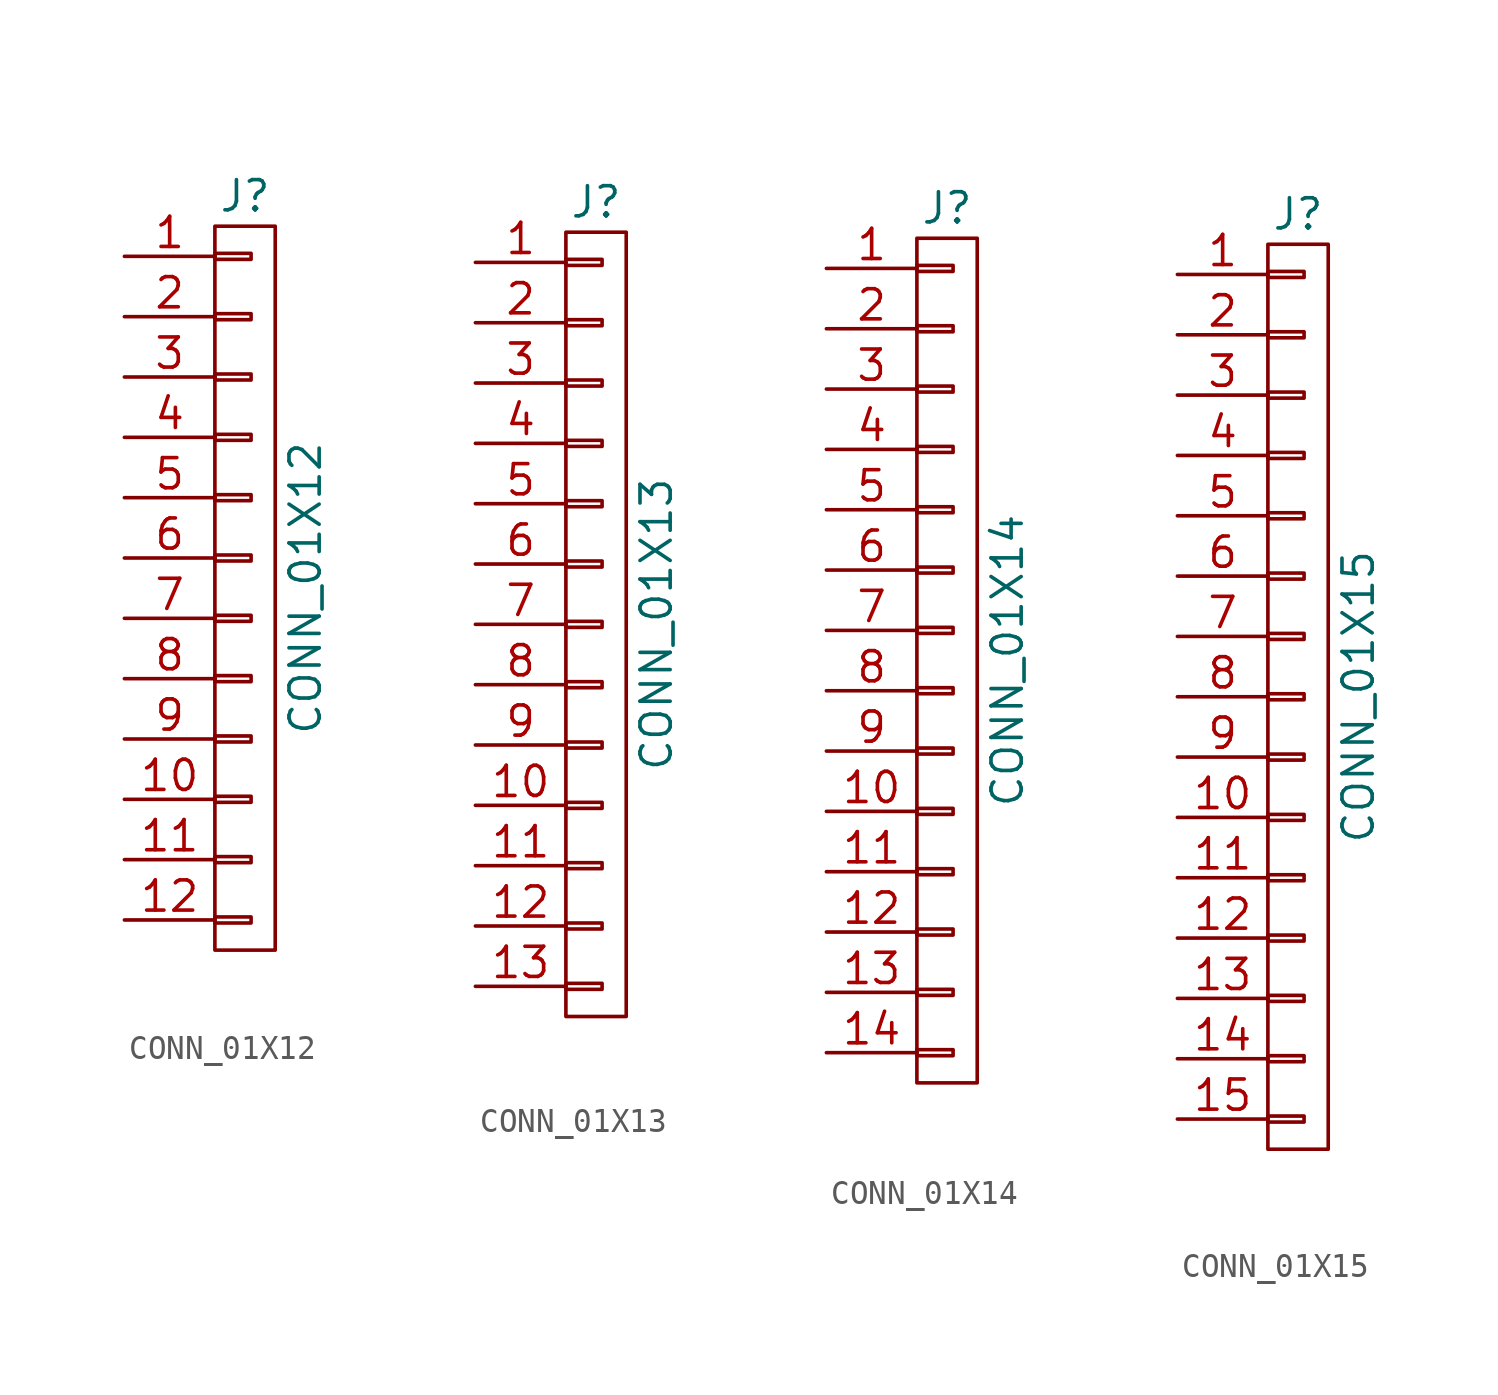
<source format=kicad_sym>
(kicad_symbol_lib
  (version 20211014)
  (generator kicad_symbol_editor)
  (symbol "CONN_01X12"
    (pin_names
      (offset 1.016) hide)
    (property "Reference" "J"
      (at 0 16.51 0)
      (effects (font (size 1.27 1.27))))
    (property "Value" "CONN_01X12"
      (at 2.54 0 90)
      (effects (font (size 1.27 1.27))))
    (symbol "CONN_01X12_0_1"
      (rectangle (start -1.27 -15.24) (end 1.27 15.24) (stroke (width 0) (type default) (color 0 0 0 0)) (fill (type none)))
      (rectangle (start -1.27 -13.843) (end 0.254 -14.097) (stroke (width 0) (type default) (color 0 0 0 0)) (fill (type none)))
      (rectangle (start -1.27 -11.303) (end 0.254 -11.557) (stroke (width 0) (type default) (color 0 0 0 0)) (fill (type none)))
      (rectangle (start -1.27 -8.763) (end 0.254 -9.017) (stroke (width 0) (type default) (color 0 0 0 0)) (fill (type none)))
      (rectangle (start -1.27 -6.223) (end 0.254 -6.477) (stroke (width 0) (type default) (color 0 0 0 0)) (fill (type none)))
      (rectangle (start -1.27 -3.683) (end 0.254 -3.937) (stroke (width 0) (type default) (color 0 0 0 0)) (fill (type none)))
      (rectangle (start -1.27 -1.143) (end 0.254 -1.397) (stroke (width 0) (type default) (color 0 0 0 0)) (fill (type none)))
      (rectangle (start -1.27 1.397) (end 0.254 1.143) (stroke (width 0) (type default) (color 0 0 0 0)) (fill (type none)))
      (rectangle (start -1.27 3.937) (end 0.254 3.683) (stroke (width 0) (type default) (color 0 0 0 0)) (fill (type none)))
      (rectangle (start -1.27 6.477) (end 0.254 6.223) (stroke (width 0) (type default) (color 0 0 0 0)) (fill (type none)))
      (rectangle (start -1.27 9.017) (end 0.254 8.763) (stroke (width 0) (type default) (color 0 0 0 0)) (fill (type none)))
      (rectangle (start -1.27 11.557) (end 0.254 11.303) (stroke (width 0) (type default) (color 0 0 0 0)) (fill (type none)))
      (rectangle (start -1.27 14.097) (end 0.254 13.843) (stroke (width 0) (type default) (color 0 0 0 0)) (fill (type none))))
    (symbol "CONN_01X12_1_1"
      (pin passive line (at -5.08 13.97 0) (length 3.81) (name "P1" (effects (font (size 1.27 1.27)))) (number "1" (effects (font (size 1.27 1.27)))))
      (pin passive line (at -5.08 -8.89 0) (length 3.81) (name "P10" (effects (font (size 1.27 1.27)))) (number "10" (effects (font (size 1.27 1.27)))))
      (pin passive line (at -5.08 -11.43 0) (length 3.81) (name "P11" (effects (font (size 1.27 1.27)))) (number "11" (effects (font (size 1.27 1.27)))))
      (pin passive line (at -5.08 -13.97 0) (length 3.81) (name "P12" (effects (font (size 1.27 1.27)))) (number "12" (effects (font (size 1.27 1.27)))))
      (pin passive line (at -5.08 11.43 0) (length 3.81) (name "P2" (effects (font (size 1.27 1.27)))) (number "2" (effects (font (size 1.27 1.27)))))
      (pin passive line (at -5.08 8.89 0) (length 3.81) (name "P3" (effects (font (size 1.27 1.27)))) (number "3" (effects (font (size 1.27 1.27)))))
      (pin passive line (at -5.08 6.35 0) (length 3.81) (name "P4" (effects (font (size 1.27 1.27)))) (number "4" (effects (font (size 1.27 1.27)))))
      (pin passive line (at -5.08 3.81 0) (length 3.81) (name "P5" (effects (font (size 1.27 1.27)))) (number "5" (effects (font (size 1.27 1.27)))))
      (pin passive line (at -5.08 1.27 0) (length 3.81) (name "P6" (effects (font (size 1.27 1.27)))) (number "6" (effects (font (size 1.27 1.27)))))
      (pin passive line (at -5.08 -1.27 0) (length 3.81) (name "P7" (effects (font (size 1.27 1.27)))) (number "7" (effects (font (size 1.27 1.27)))))
      (pin passive line (at -5.08 -3.81 0) (length 3.81) (name "P8" (effects (font (size 1.27 1.27)))) (number "8" (effects (font (size 1.27 1.27)))))
      (pin passive line (at -5.08 -6.35 0) (length 3.81) (name "P9" (effects (font (size 1.27 1.27)))) (number "9" (effects (font (size 1.27 1.27)))))))
  (symbol "CONN_01X13"
    (pin_names
      (offset 1.016) hide)
    (property "Reference" "J"
      (at 0 17.78 0)
      (effects (font (size 1.27 1.27))))
    (property "Value" "CONN_01X13"
      (at 2.54 0 90)
      (effects (font (size 1.27 1.27))))
    (symbol "CONN_01X13_0_1"
      (rectangle (start -1.27 -16.51) (end 1.27 16.51) (stroke (width 0) (type default) (color 0 0 0 0)) (fill (type none)))
      (rectangle (start -1.27 -15.113) (end 0.254 -15.367) (stroke (width 0) (type default) (color 0 0 0 0)) (fill (type none)))
      (rectangle (start -1.27 -12.573) (end 0.254 -12.827) (stroke (width 0) (type default) (color 0 0 0 0)) (fill (type none)))
      (rectangle (start -1.27 -10.033) (end 0.254 -10.287) (stroke (width 0) (type default) (color 0 0 0 0)) (fill (type none)))
      (rectangle (start -1.27 -7.493) (end 0.254 -7.747) (stroke (width 0) (type default) (color 0 0 0 0)) (fill (type none)))
      (rectangle (start -1.27 -4.953) (end 0.254 -5.207) (stroke (width 0) (type default) (color 0 0 0 0)) (fill (type none)))
      (rectangle (start -1.27 -2.413) (end 0.254 -2.667) (stroke (width 0) (type default) (color 0 0 0 0)) (fill (type none)))
      (rectangle (start -1.27 0.127) (end 0.254 -0.127) (stroke (width 0) (type default) (color 0 0 0 0)) (fill (type none)))
      (rectangle (start -1.27 2.667) (end 0.254 2.413) (stroke (width 0) (type default) (color 0 0 0 0)) (fill (type none)))
      (rectangle (start -1.27 5.207) (end 0.254 4.953) (stroke (width 0) (type default) (color 0 0 0 0)) (fill (type none)))
      (rectangle (start -1.27 7.747) (end 0.254 7.493) (stroke (width 0) (type default) (color 0 0 0 0)) (fill (type none)))
      (rectangle (start -1.27 10.287) (end 0.254 10.033) (stroke (width 0) (type default) (color 0 0 0 0)) (fill (type none)))
      (rectangle (start -1.27 12.827) (end 0.254 12.573) (stroke (width 0) (type default) (color 0 0 0 0)) (fill (type none)))
      (rectangle (start -1.27 15.367) (end 0.254 15.113) (stroke (width 0) (type default) (color 0 0 0 0)) (fill (type none))))
    (symbol "CONN_01X13_1_1"
      (pin passive line (at -5.08 15.24 0) (length 3.81) (name "P1" (effects (font (size 1.27 1.27)))) (number "1" (effects (font (size 1.27 1.27)))))
      (pin passive line (at -5.08 -7.62 0) (length 3.81) (name "P10" (effects (font (size 1.27 1.27)))) (number "10" (effects (font (size 1.27 1.27)))))
      (pin passive line (at -5.08 -10.16 0) (length 3.81) (name "P11" (effects (font (size 1.27 1.27)))) (number "11" (effects (font (size 1.27 1.27)))))
      (pin passive line (at -5.08 -12.7 0) (length 3.81) (name "P12" (effects (font (size 1.27 1.27)))) (number "12" (effects (font (size 1.27 1.27)))))
      (pin passive line (at -5.08 -15.24 0) (length 3.81) (name "P13" (effects (font (size 1.27 1.27)))) (number "13" (effects (font (size 1.27 1.27)))))
      (pin passive line (at -5.08 12.7 0) (length 3.81) (name "P2" (effects (font (size 1.27 1.27)))) (number "2" (effects (font (size 1.27 1.27)))))
      (pin passive line (at -5.08 10.16 0) (length 3.81) (name "P3" (effects (font (size 1.27 1.27)))) (number "3" (effects (font (size 1.27 1.27)))))
      (pin passive line (at -5.08 7.62 0) (length 3.81) (name "P4" (effects (font (size 1.27 1.27)))) (number "4" (effects (font (size 1.27 1.27)))))
      (pin passive line (at -5.08 5.08 0) (length 3.81) (name "P5" (effects (font (size 1.27 1.27)))) (number "5" (effects (font (size 1.27 1.27)))))
      (pin passive line (at -5.08 2.54 0) (length 3.81) (name "P6" (effects (font (size 1.27 1.27)))) (number "6" (effects (font (size 1.27 1.27)))))
      (pin passive line (at -5.08 0 0) (length 3.81) (name "P7" (effects (font (size 1.27 1.27)))) (number "7" (effects (font (size 1.27 1.27)))))
      (pin passive line (at -5.08 -2.54 0) (length 3.81) (name "P8" (effects (font (size 1.27 1.27)))) (number "8" (effects (font (size 1.27 1.27)))))
      (pin passive line (at -5.08 -5.08 0) (length 3.81) (name "P9" (effects (font (size 1.27 1.27)))) (number "9" (effects (font (size 1.27 1.27)))))))
  (symbol "CONN_01X14"
    (pin_names
      (offset 1.016) hide)
    (property "Reference" "J"
      (at 0 19.05 0)
      (effects (font (size 1.27 1.27))))
    (property "Value" "CONN_01X14"
      (at 2.54 0 90)
      (effects (font (size 1.27 1.27))))
    (symbol "CONN_01X14_0_1"
      (rectangle (start -1.27 -16.383) (end 0.254 -16.637) (stroke (width 0) (type default) (color 0 0 0 0)) (fill (type none)))
      (rectangle (start -1.27 -13.843) (end 0.254 -14.097) (stroke (width 0) (type default) (color 0 0 0 0)) (fill (type none)))
      (rectangle (start -1.27 -11.303) (end 0.254 -11.557) (stroke (width 0) (type default) (color 0 0 0 0)) (fill (type none)))
      (rectangle (start -1.27 -8.763) (end 0.254 -9.017) (stroke (width 0) (type default) (color 0 0 0 0)) (fill (type none)))
      (rectangle (start -1.27 -6.223) (end 0.254 -6.477) (stroke (width 0) (type default) (color 0 0 0 0)) (fill (type none)))
      (rectangle (start -1.27 -3.683) (end 0.254 -3.937) (stroke (width 0) (type default) (color 0 0 0 0)) (fill (type none)))
      (rectangle (start -1.27 -1.143) (end 0.254 -1.397) (stroke (width 0) (type default) (color 0 0 0 0)) (fill (type none)))
      (rectangle (start -1.27 1.397) (end 0.254 1.143) (stroke (width 0) (type default) (color 0 0 0 0)) (fill (type none)))
      (rectangle (start -1.27 3.937) (end 0.254 3.683) (stroke (width 0) (type default) (color 0 0 0 0)) (fill (type none)))
      (rectangle (start -1.27 6.477) (end 0.254 6.223) (stroke (width 0) (type default) (color 0 0 0 0)) (fill (type none)))
      (rectangle (start -1.27 9.017) (end 0.254 8.763) (stroke (width 0) (type default) (color 0 0 0 0)) (fill (type none)))
      (rectangle (start -1.27 11.557) (end 0.254 11.303) (stroke (width 0) (type default) (color 0 0 0 0)) (fill (type none)))
      (rectangle (start -1.27 14.097) (end 0.254 13.843) (stroke (width 0) (type default) (color 0 0 0 0)) (fill (type none)))
      (rectangle (start -1.27 16.637) (end 0.254 16.383) (stroke (width 0) (type default) (color 0 0 0 0)) (fill (type none)))
      (rectangle (start -1.27 17.78) (end 1.27 -17.78) (stroke (width 0) (type default) (color 0 0 0 0)) (fill (type none))))
    (symbol "CONN_01X14_1_1"
      (pin passive line (at -5.08 16.51 0) (length 3.81) (name "P1" (effects (font (size 1.27 1.27)))) (number "1" (effects (font (size 1.27 1.27)))))
      (pin passive line (at -5.08 -6.35 0) (length 3.81) (name "P10" (effects (font (size 1.27 1.27)))) (number "10" (effects (font (size 1.27 1.27)))))
      (pin passive line (at -5.08 -8.89 0) (length 3.81) (name "P11" (effects (font (size 1.27 1.27)))) (number "11" (effects (font (size 1.27 1.27)))))
      (pin passive line (at -5.08 -11.43 0) (length 3.81) (name "P12" (effects (font (size 1.27 1.27)))) (number "12" (effects (font (size 1.27 1.27)))))
      (pin passive line (at -5.08 -13.97 0) (length 3.81) (name "P13" (effects (font (size 1.27 1.27)))) (number "13" (effects (font (size 1.27 1.27)))))
      (pin passive line (at -5.08 -16.51 0) (length 3.81) (name "P14" (effects (font (size 1.27 1.27)))) (number "14" (effects (font (size 1.27 1.27)))))
      (pin passive line (at -5.08 13.97 0) (length 3.81) (name "P2" (effects (font (size 1.27 1.27)))) (number "2" (effects (font (size 1.27 1.27)))))
      (pin passive line (at -5.08 11.43 0) (length 3.81) (name "P3" (effects (font (size 1.27 1.27)))) (number "3" (effects (font (size 1.27 1.27)))))
      (pin passive line (at -5.08 8.89 0) (length 3.81) (name "P4" (effects (font (size 1.27 1.27)))) (number "4" (effects (font (size 1.27 1.27)))))
      (pin passive line (at -5.08 6.35 0) (length 3.81) (name "P5" (effects (font (size 1.27 1.27)))) (number "5" (effects (font (size 1.27 1.27)))))
      (pin passive line (at -5.08 3.81 0) (length 3.81) (name "P6" (effects (font (size 1.27 1.27)))) (number "6" (effects (font (size 1.27 1.27)))))
      (pin passive line (at -5.08 1.27 0) (length 3.81) (name "P7" (effects (font (size 1.27 1.27)))) (number "7" (effects (font (size 1.27 1.27)))))
      (pin passive line (at -5.08 -1.27 0) (length 3.81) (name "P8" (effects (font (size 1.27 1.27)))) (number "8" (effects (font (size 1.27 1.27)))))
      (pin passive line (at -5.08 -3.81 0) (length 3.81) (name "P9" (effects (font (size 1.27 1.27)))) (number "9" (effects (font (size 1.27 1.27)))))))
  (symbol "CONN_01X15"
    (pin_names
      (offset 1.016) hide)
    (property "Reference" "J"
      (at 0 20.32 0)
      (effects (font (size 1.27 1.27))))
    (property "Value" "CONN_01X15"
      (at 2.54 0 90)
      (effects (font (size 1.27 1.27))))
    (symbol "CONN_01X15_0_1"
      (rectangle (start -1.27 -17.653) (end 0.254 -17.907) (stroke (width 0) (type default) (color 0 0 0 0)) (fill (type none)))
      (rectangle (start -1.27 -15.113) (end 0.254 -15.367) (stroke (width 0) (type default) (color 0 0 0 0)) (fill (type none)))
      (rectangle (start -1.27 -12.573) (end 0.254 -12.827) (stroke (width 0) (type default) (color 0 0 0 0)) (fill (type none)))
      (rectangle (start -1.27 -10.033) (end 0.254 -10.287) (stroke (width 0) (type default) (color 0 0 0 0)) (fill (type none)))
      (rectangle (start -1.27 -7.493) (end 0.254 -7.747) (stroke (width 0) (type default) (color 0 0 0 0)) (fill (type none)))
      (rectangle (start -1.27 -4.953) (end 0.254 -5.207) (stroke (width 0) (type default) (color 0 0 0 0)) (fill (type none)))
      (rectangle (start -1.27 -2.413) (end 0.254 -2.667) (stroke (width 0) (type default) (color 0 0 0 0)) (fill (type none)))
      (rectangle (start -1.27 0.127) (end 0.254 -0.127) (stroke (width 0) (type default) (color 0 0 0 0)) (fill (type none)))
      (rectangle (start -1.27 2.667) (end 0.254 2.413) (stroke (width 0) (type default) (color 0 0 0 0)) (fill (type none)))
      (rectangle (start -1.27 5.207) (end 0.254 4.953) (stroke (width 0) (type default) (color 0 0 0 0)) (fill (type none)))
      (rectangle (start -1.27 7.747) (end 0.254 7.493) (stroke (width 0) (type default) (color 0 0 0 0)) (fill (type none)))
      (rectangle (start -1.27 10.287) (end 0.254 10.033) (stroke (width 0) (type default) (color 0 0 0 0)) (fill (type none)))
      (rectangle (start -1.27 12.827) (end 0.254 12.573) (stroke (width 0) (type default) (color 0 0 0 0)) (fill (type none)))
      (rectangle (start -1.27 15.367) (end 0.254 15.113) (stroke (width 0) (type default) (color 0 0 0 0)) (fill (type none)))
      (rectangle (start -1.27 17.907) (end 0.254 17.653) (stroke (width 0) (type default) (color 0 0 0 0)) (fill (type none)))
      (rectangle (start -1.27 19.05) (end 1.27 -19.05) (stroke (width 0) (type default) (color 0 0 0 0)) (fill (type none))))
    (symbol "CONN_01X15_1_1"
      (pin passive line (at -5.08 17.78 0) (length 3.81) (name "P1" (effects (font (size 1.27 1.27)))) (number "1" (effects (font (size 1.27 1.27)))))
      (pin passive line (at -5.08 -5.08 0) (length 3.81) (name "P10" (effects (font (size 1.27 1.27)))) (number "10" (effects (font (size 1.27 1.27)))))
      (pin passive line (at -5.08 -7.62 0) (length 3.81) (name "P11" (effects (font (size 1.27 1.27)))) (number "11" (effects (font (size 1.27 1.27)))))
      (pin passive line (at -5.08 -10.16 0) (length 3.81) (name "P12" (effects (font (size 1.27 1.27)))) (number "12" (effects (font (size 1.27 1.27)))))
      (pin passive line (at -5.08 -12.7 0) (length 3.81) (name "P13" (effects (font (size 1.27 1.27)))) (number "13" (effects (font (size 1.27 1.27)))))
      (pin passive line (at -5.08 -15.24 0) (length 3.81) (name "P14" (effects (font (size 1.27 1.27)))) (number "14" (effects (font (size 1.27 1.27)))))
      (pin passive line (at -5.08 -17.78 0) (length 3.81) (name "P15" (effects (font (size 1.27 1.27)))) (number "15" (effects (font (size 1.27 1.27)))))
      (pin passive line (at -5.08 15.24 0) (length 3.81) (name "P2" (effects (font (size 1.27 1.27)))) (number "2" (effects (font (size 1.27 1.27)))))
      (pin passive line (at -5.08 12.7 0) (length 3.81) (name "P3" (effects (font (size 1.27 1.27)))) (number "3" (effects (font (size 1.27 1.27)))))
      (pin passive line (at -5.08 10.16 0) (length 3.81) (name "P4" (effects (font (size 1.27 1.27)))) (number "4" (effects (font (size 1.27 1.27)))))
      (pin passive line (at -5.08 7.62 0) (length 3.81) (name "P5" (effects (font (size 1.27 1.27)))) (number "5" (effects (font (size 1.27 1.27)))))
      (pin passive line (at -5.08 5.08 0) (length 3.81) (name "P6" (effects (font (size 1.27 1.27)))) (number "6" (effects (font (size 1.27 1.27)))))
      (pin passive line (at -5.08 2.54 0) (length 3.81) (name "P7" (effects (font (size 1.27 1.27)))) (number "7" (effects (font (size 1.27 1.27)))))
      (pin passive line (at -5.08 0 0) (length 3.81) (name "P8" (effects (font (size 1.27 1.27)))) (number "8" (effects (font (size 1.27 1.27)))))
      (pin passive line (at -5.08 -2.54 0) (length 3.81) (name "P9" (effects (font (size 1.27 1.27)))) (number "9" (effects (font (size 1.27 1.27))))))))
</source>
